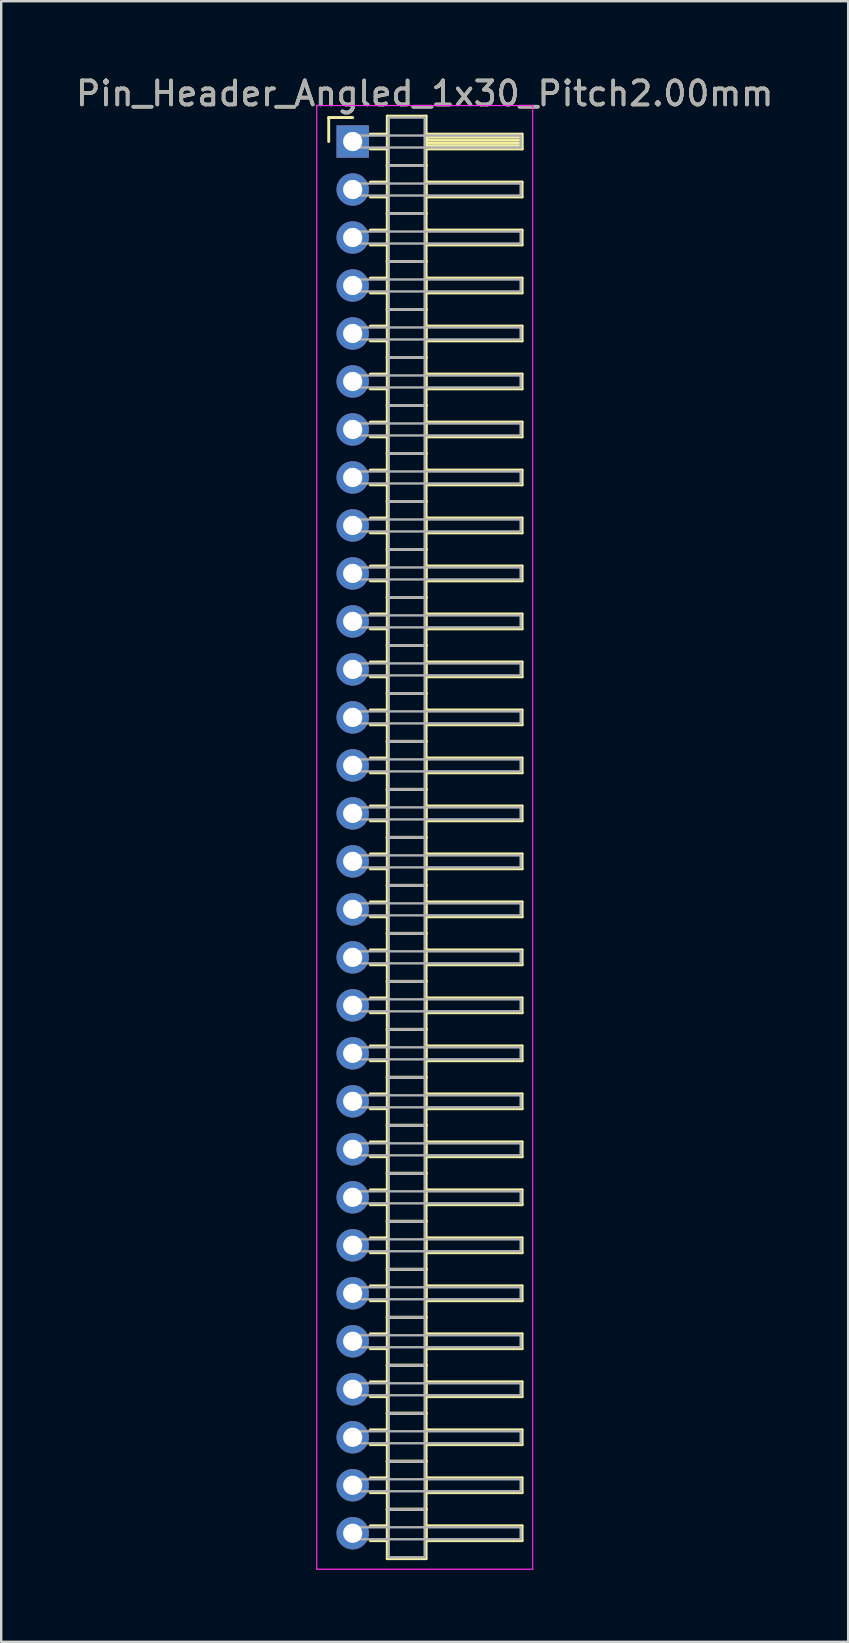
<source format=kicad_pcb>
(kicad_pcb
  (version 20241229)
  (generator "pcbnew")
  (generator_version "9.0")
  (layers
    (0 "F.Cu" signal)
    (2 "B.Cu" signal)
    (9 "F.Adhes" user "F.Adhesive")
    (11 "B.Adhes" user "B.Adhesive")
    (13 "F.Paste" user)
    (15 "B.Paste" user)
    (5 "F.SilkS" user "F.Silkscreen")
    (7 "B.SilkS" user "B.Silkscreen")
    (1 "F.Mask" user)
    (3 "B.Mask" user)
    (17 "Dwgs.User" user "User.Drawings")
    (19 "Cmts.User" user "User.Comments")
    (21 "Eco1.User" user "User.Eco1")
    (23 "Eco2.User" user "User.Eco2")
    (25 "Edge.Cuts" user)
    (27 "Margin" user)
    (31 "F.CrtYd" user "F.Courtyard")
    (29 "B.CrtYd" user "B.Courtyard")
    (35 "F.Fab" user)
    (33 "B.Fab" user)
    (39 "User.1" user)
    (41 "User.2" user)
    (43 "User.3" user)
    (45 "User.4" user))
  (footprint "Pin_Header_Angled_1x30_Pitch2.00mm"
    (layer "F.Cu")
    (at 11.649 2.848)
    (property "Reference" "Pin_Header_Angled_1x30_Pitch2.00mm" (at 3 -2 0) (layer "F.SilkS") (effects (font (size 1 1) (thickness 0.15))))
    (attr through_hole)
    (fp_line (start -1 -1) (end 0 -1) (stroke (width 0.12) (type solid)) (layer "F.SilkS"))
    (fp_line (start -1 0) (end -1 -1) (stroke (width 0.12) (type solid)) (layer "F.SilkS"))
    (fp_line (start 0.735 -0.31) (end 1.44 -0.31) (stroke (width 0.12) (type solid)) (layer "F.SilkS"))
    (fp_line (start 0.735 0.31) (end 1.44 0.31) (stroke (width 0.12) (type solid)) (layer "F.SilkS"))
    (fp_line (start 0.735 1.69) (end 1.44 1.69) (stroke (width 0.12) (type solid)) (layer "F.SilkS"))
    (fp_line (start 0.735 2.31) (end 1.44 2.31) (stroke (width 0.12) (type solid)) (layer "F.SilkS"))
    (fp_line (start 0.735 3.69) (end 1.44 3.69) (stroke (width 0.12) (type solid)) (layer "F.SilkS"))
    (fp_line (start 0.735 4.31) (end 1.44 4.31) (stroke (width 0.12) (type solid)) (layer "F.SilkS"))
    (fp_line (start 0.735 5.69) (end 1.44 5.69) (stroke (width 0.12) (type solid)) (layer "F.SilkS"))
    (fp_line (start 0.735 6.31) (end 1.44 6.31) (stroke (width 0.12) (type solid)) (layer "F.SilkS"))
    (fp_line (start 0.735 7.69) (end 1.44 7.69) (stroke (width 0.12) (type solid)) (layer "F.SilkS"))
    (fp_line (start 0.735 8.31) (end 1.44 8.31) (stroke (width 0.12) (type solid)) (layer "F.SilkS"))
    (fp_line (start 0.735 9.69) (end 1.44 9.69) (stroke (width 0.12) (type solid)) (layer "F.SilkS"))
    (fp_line (start 0.735 10.31) (end 1.44 10.31) (stroke (width 0.12) (type solid)) (layer "F.SilkS"))
    (fp_line (start 0.735 11.69) (end 1.44 11.69) (stroke (width 0.12) (type solid)) (layer "F.SilkS"))
    (fp_line (start 0.735 12.31) (end 1.44 12.31) (stroke (width 0.12) (type solid)) (layer "F.SilkS"))
    (fp_line (start 0.735 13.69) (end 1.44 13.69) (stroke (width 0.12) (type solid)) (layer "F.SilkS"))
    (fp_line (start 0.735 14.31) (end 1.44 14.31) (stroke (width 0.12) (type solid)) (layer "F.SilkS"))
    (fp_line (start 0.735 15.69) (end 1.44 15.69) (stroke (width 0.12) (type solid)) (layer "F.SilkS"))
    (fp_line (start 0.735 16.31) (end 1.44 16.31) (stroke (width 0.12) (type solid)) (layer "F.SilkS"))
    (fp_line (start 0.735 17.69) (end 1.44 17.69) (stroke (width 0.12) (type solid)) (layer "F.SilkS"))
    (fp_line (start 0.735 18.31) (end 1.44 18.31) (stroke (width 0.12) (type solid)) (layer "F.SilkS"))
    (fp_line (start 0.735 19.69) (end 1.44 19.69) (stroke (width 0.12) (type solid)) (layer "F.SilkS"))
    (fp_line (start 0.735 20.31) (end 1.44 20.31) (stroke (width 0.12) (type solid)) (layer "F.SilkS"))
    (fp_line (start 0.735 21.69) (end 1.44 21.69) (stroke (width 0.12) (type solid)) (layer "F.SilkS"))
    (fp_line (start 0.735 22.31) (end 1.44 22.31) (stroke (width 0.12) (type solid)) (layer "F.SilkS"))
    (fp_line (start 0.735 23.69) (end 1.44 23.69) (stroke (width 0.12) (type solid)) (layer "F.SilkS"))
    (fp_line (start 0.735 24.31) (end 1.44 24.31) (stroke (width 0.12) (type solid)) (layer "F.SilkS"))
    (fp_line (start 0.735 25.69) (end 1.44 25.69) (stroke (width 0.12) (type solid)) (layer "F.SilkS"))
    (fp_line (start 0.735 26.31) (end 1.44 26.31) (stroke (width 0.12) (type solid)) (layer "F.SilkS"))
    (fp_line (start 0.735 27.69) (end 1.44 27.69) (stroke (width 0.12) (type solid)) (layer "F.SilkS"))
    (fp_line (start 0.735 28.31) (end 1.44 28.31) (stroke (width 0.12) (type solid)) (layer "F.SilkS"))
    (fp_line (start 0.735 29.69) (end 1.44 29.69) (stroke (width 0.12) (type solid)) (layer "F.SilkS"))
    (fp_line (start 0.735 30.31) (end 1.44 30.31) (stroke (width 0.12) (type solid)) (layer "F.SilkS"))
    (fp_line (start 0.735 31.69) (end 1.44 31.69) (stroke (width 0.12) (type solid)) (layer "F.SilkS"))
    (fp_line (start 0.735 32.31) (end 1.44 32.31) (stroke (width 0.12) (type solid)) (layer "F.SilkS"))
    (fp_line (start 0.735 33.69) (end 1.44 33.69) (stroke (width 0.12) (type solid)) (layer "F.SilkS"))
    (fp_line (start 0.735 34.31) (end 1.44 34.31) (stroke (width 0.12) (type solid)) (layer "F.SilkS"))
    (fp_line (start 0.735 35.69) (end 1.44 35.69) (stroke (width 0.12) (type solid)) (layer "F.SilkS"))
    (fp_line (start 0.735 36.31) (end 1.44 36.31) (stroke (width 0.12) (type solid)) (layer "F.SilkS"))
    (fp_line (start 0.735 37.69) (end 1.44 37.69) (stroke (width 0.12) (type solid)) (layer "F.SilkS"))
    (fp_line (start 0.735 38.31) (end 1.44 38.31) (stroke (width 0.12) (type solid)) (layer "F.SilkS"))
    (fp_line (start 0.735 39.69) (end 1.44 39.69) (stroke (width 0.12) (type solid)) (layer "F.SilkS"))
    (fp_line (start 0.735 40.31) (end 1.44 40.31) (stroke (width 0.12) (type solid)) (layer "F.SilkS"))
    (fp_line (start 0.735 41.69) (end 1.44 41.69) (stroke (width 0.12) (type solid)) (layer "F.SilkS"))
    (fp_line (start 0.735 42.31) (end 1.44 42.31) (stroke (width 0.12) (type solid)) (layer "F.SilkS"))
    (fp_line (start 0.735 43.69) (end 1.44 43.69) (stroke (width 0.12) (type solid)) (layer "F.SilkS"))
    (fp_line (start 0.735 44.31) (end 1.44 44.31) (stroke (width 0.12) (type solid)) (layer "F.SilkS"))
    (fp_line (start 0.735 45.69) (end 1.44 45.69) (stroke (width 0.12) (type solid)) (layer "F.SilkS"))
    (fp_line (start 0.735 46.31) (end 1.44 46.31) (stroke (width 0.12) (type solid)) (layer "F.SilkS"))
    (fp_line (start 0.735 47.69) (end 1.44 47.69) (stroke (width 0.12) (type solid)) (layer "F.SilkS"))
    (fp_line (start 0.735 48.31) (end 1.44 48.31) (stroke (width 0.12) (type solid)) (layer "F.SilkS"))
    (fp_line (start 0.735 49.69) (end 1.44 49.69) (stroke (width 0.12) (type solid)) (layer "F.SilkS"))
    (fp_line (start 0.735 50.31) (end 1.44 50.31) (stroke (width 0.12) (type solid)) (layer "F.SilkS"))
    (fp_line (start 0.735 51.69) (end 1.44 51.69) (stroke (width 0.12) (type solid)) (layer "F.SilkS"))
    (fp_line (start 0.735 52.31) (end 1.44 52.31) (stroke (width 0.12) (type solid)) (layer "F.SilkS"))
    (fp_line (start 0.735 53.69) (end 1.44 53.69) (stroke (width 0.12) (type solid)) (layer "F.SilkS"))
    (fp_line (start 0.735 54.31) (end 1.44 54.31) (stroke (width 0.12) (type solid)) (layer "F.SilkS"))
    (fp_line (start 0.735 55.69) (end 1.44 55.69) (stroke (width 0.12) (type solid)) (layer "F.SilkS"))
    (fp_line (start 0.735 56.31) (end 1.44 56.31) (stroke (width 0.12) (type solid)) (layer "F.SilkS"))
    (fp_line (start 0.735 57.69) (end 1.44 57.69) (stroke (width 0.12) (type solid)) (layer "F.SilkS"))
    (fp_line (start 0.735 58.31) (end 1.44 58.31) (stroke (width 0.12) (type solid)) (layer "F.SilkS"))
    (fp_line (start 1.44 -1.06) (end 1.44 1) (stroke (width 0.12) (type solid)) (layer "F.SilkS"))
    (fp_line (start 1.44 1) (end 1.44 3) (stroke (width 0.12) (type solid)) (layer "F.SilkS"))
    (fp_line (start 1.44 1) (end 3.06 1) (stroke (width 0.12) (type solid)) (layer "F.SilkS"))
    (fp_line (start 1.44 3) (end 1.44 5) (stroke (width 0.12) (type solid)) (layer "F.SilkS"))
    (fp_line (start 1.44 3) (end 3.06 3) (stroke (width 0.12) (type solid)) (layer "F.SilkS"))
    (fp_line (start 1.44 5) (end 1.44 7) (stroke (width 0.12) (type solid)) (layer "F.SilkS"))
    (fp_line (start 1.44 5) (end 3.06 5) (stroke (width 0.12) (type solid)) (layer "F.SilkS"))
    (fp_line (start 1.44 7) (end 1.44 9) (stroke (width 0.12) (type solid)) (layer "F.SilkS"))
    (fp_line (start 1.44 7) (end 3.06 7) (stroke (width 0.12) (type solid)) (layer "F.SilkS"))
    (fp_line (start 1.44 9) (end 1.44 11) (stroke (width 0.12) (type solid)) (layer "F.SilkS"))
    (fp_line (start 1.44 9) (end 3.06 9) (stroke (width 0.12) (type solid)) (layer "F.SilkS"))
    (fp_line (start 1.44 11) (end 1.44 13) (stroke (width 0.12) (type solid)) (layer "F.SilkS"))
    (fp_line (start 1.44 11) (end 3.06 11) (stroke (width 0.12) (type solid)) (layer "F.SilkS"))
    (fp_line (start 1.44 13) (end 1.44 15) (stroke (width 0.12) (type solid)) (layer "F.SilkS"))
    (fp_line (start 1.44 13) (end 3.06 13) (stroke (width 0.12) (type solid)) (layer "F.SilkS"))
    (fp_line (start 1.44 15) (end 1.44 17) (stroke (width 0.12) (type solid)) (layer "F.SilkS"))
    (fp_line (start 1.44 15) (end 3.06 15) (stroke (width 0.12) (type solid)) (layer "F.SilkS"))
    (fp_line (start 1.44 17) (end 1.44 19) (stroke (width 0.12) (type solid)) (layer "F.SilkS"))
    (fp_line (start 1.44 17) (end 3.06 17) (stroke (width 0.12) (type solid)) (layer "F.SilkS"))
    (fp_line (start 1.44 19) (end 1.44 21) (stroke (width 0.12) (type solid)) (layer "F.SilkS"))
    (fp_line (start 1.44 19) (end 3.06 19) (stroke (width 0.12) (type solid)) (layer "F.SilkS"))
    (fp_line (start 1.44 21) (end 1.44 23) (stroke (width 0.12) (type solid)) (layer "F.SilkS"))
    (fp_line (start 1.44 21) (end 3.06 21) (stroke (width 0.12) (type solid)) (layer "F.SilkS"))
    (fp_line (start 1.44 23) (end 1.44 25) (stroke (width 0.12) (type solid)) (layer "F.SilkS"))
    (fp_line (start 1.44 23) (end 3.06 23) (stroke (width 0.12) (type solid)) (layer "F.SilkS"))
    (fp_line (start 1.44 25) (end 1.44 27) (stroke (width 0.12) (type solid)) (layer "F.SilkS"))
    (fp_line (start 1.44 25) (end 3.06 25) (stroke (width 0.12) (type solid)) (layer "F.SilkS"))
    (fp_line (start 1.44 27) (end 1.44 29) (stroke (width 0.12) (type solid)) (layer "F.SilkS"))
    (fp_line (start 1.44 27) (end 3.06 27) (stroke (width 0.12) (type solid)) (layer "F.SilkS"))
    (fp_line (start 1.44 29) (end 1.44 31) (stroke (width 0.12) (type solid)) (layer "F.SilkS"))
    (fp_line (start 1.44 29) (end 3.06 29) (stroke (width 0.12) (type solid)) (layer "F.SilkS"))
    (fp_line (start 1.44 31) (end 1.44 33) (stroke (width 0.12) (type solid)) (layer "F.SilkS"))
    (fp_line (start 1.44 31) (end 3.06 31) (stroke (width 0.12) (type solid)) (layer "F.SilkS"))
    (fp_line (start 1.44 33) (end 1.44 35) (stroke (width 0.12) (type solid)) (layer "F.SilkS"))
    (fp_line (start 1.44 33) (end 3.06 33) (stroke (width 0.12) (type solid)) (layer "F.SilkS"))
    (fp_line (start 1.44 35) (end 1.44 37) (stroke (width 0.12) (type solid)) (layer "F.SilkS"))
    (fp_line (start 1.44 35) (end 3.06 35) (stroke (width 0.12) (type solid)) (layer "F.SilkS"))
    (fp_line (start 1.44 37) (end 1.44 39) (stroke (width 0.12) (type solid)) (layer "F.SilkS"))
    (fp_line (start 1.44 37) (end 3.06 37) (stroke (width 0.12) (type solid)) (layer "F.SilkS"))
    (fp_line (start 1.44 39) (end 1.44 41) (stroke (width 0.12) (type solid)) (layer "F.SilkS"))
    (fp_line (start 1.44 39) (end 3.06 39) (stroke (width 0.12) (type solid)) (layer "F.SilkS"))
    (fp_line (start 1.44 41) (end 1.44 43) (stroke (width 0.12) (type solid)) (layer "F.SilkS"))
    (fp_line (start 1.44 41) (end 3.06 41) (stroke (width 0.12) (type solid)) (layer "F.SilkS"))
    (fp_line (start 1.44 43) (end 1.44 45) (stroke (width 0.12) (type solid)) (layer "F.SilkS"))
    (fp_line (start 1.44 43) (end 3.06 43) (stroke (width 0.12) (type solid)) (layer "F.SilkS"))
    (fp_line (start 1.44 45) (end 1.44 47) (stroke (width 0.12) (type solid)) (layer "F.SilkS"))
    (fp_line (start 1.44 45) (end 3.06 45) (stroke (width 0.12) (type solid)) (layer "F.SilkS"))
    (fp_line (start 1.44 47) (end 1.44 49) (stroke (width 0.12) (type solid)) (layer "F.SilkS"))
    (fp_line (start 1.44 47) (end 3.06 47) (stroke (width 0.12) (type solid)) (layer "F.SilkS"))
    (fp_line (start 1.44 49) (end 1.44 51) (stroke (width 0.12) (type solid)) (layer "F.SilkS"))
    (fp_line (start 1.44 49) (end 3.06 49) (stroke (width 0.12) (type solid)) (layer "F.SilkS"))
    (fp_line (start 1.44 51) (end 1.44 53) (stroke (width 0.12) (type solid)) (layer "F.SilkS"))
    (fp_line (start 1.44 51) (end 3.06 51) (stroke (width 0.12) (type solid)) (layer "F.SilkS"))
    (fp_line (start 1.44 53) (end 1.44 55) (stroke (width 0.12) (type solid)) (layer "F.SilkS"))
    (fp_line (start 1.44 53) (end 3.06 53) (stroke (width 0.12) (type solid)) (layer "F.SilkS"))
    (fp_line (start 1.44 55) (end 1.44 57) (stroke (width 0.12) (type solid)) (layer "F.SilkS"))
    (fp_line (start 1.44 55) (end 3.06 55) (stroke (width 0.12) (type solid)) (layer "F.SilkS"))
    (fp_line (start 1.44 57) (end 1.44 59.06) (stroke (width 0.12) (type solid)) (layer "F.SilkS"))
    (fp_line (start 1.44 57) (end 3.06 57) (stroke (width 0.12) (type solid)) (layer "F.SilkS"))
    (fp_line (start 1.44 59.06) (end 3.06 59.06) (stroke (width 0.12) (type solid)) (layer "F.SilkS"))
    (fp_line (start 3.06 -1.06) (end 1.44 -1.06) (stroke (width 0.12) (type solid)) (layer "F.SilkS"))
    (fp_line (start 3.06 -0.31) (end 3.06 0.31) (stroke (width 0.12) (type solid)) (layer "F.SilkS"))
    (fp_line (start 3.06 -0.19) (end 7.06 -0.19) (stroke (width 0.12) (type solid)) (layer "F.SilkS"))
    (fp_line (start 3.06 -0.07) (end 7.06 -0.07) (stroke (width 0.12) (type solid)) (layer "F.SilkS"))
    (fp_line (start 3.06 0.05) (end 7.06 0.05) (stroke (width 0.12) (type solid)) (layer "F.SilkS"))
    (fp_line (start 3.06 0.17) (end 7.06 0.17) (stroke (width 0.12) (type solid)) (layer "F.SilkS"))
    (fp_line (start 3.06 0.29) (end 7.06 0.29) (stroke (width 0.12) (type solid)) (layer "F.SilkS"))
    (fp_line (start 3.06 0.31) (end 7.06 0.31) (stroke (width 0.12) (type solid)) (layer "F.SilkS"))
    (fp_line (start 3.06 1) (end 1.44 1) (stroke (width 0.12) (type solid)) (layer "F.SilkS"))
    (fp_line (start 3.06 1) (end 3.06 -1.06) (stroke (width 0.12) (type solid)) (layer "F.SilkS"))
    (fp_line (start 3.06 1.69) (end 3.06 2.31) (stroke (width 0.12) (type solid)) (layer "F.SilkS"))
    (fp_line (start 3.06 2.31) (end 7.06 2.31) (stroke (width 0.12) (type solid)) (layer "F.SilkS"))
    (fp_line (start 3.06 3) (end 1.44 3) (stroke (width 0.12) (type solid)) (layer "F.SilkS"))
    (fp_line (start 3.06 3) (end 3.06 1) (stroke (width 0.12) (type solid)) (layer "F.SilkS"))
    (fp_line (start 3.06 3.69) (end 3.06 4.31) (stroke (width 0.12) (type solid)) (layer "F.SilkS"))
    (fp_line (start 3.06 4.31) (end 7.06 4.31) (stroke (width 0.12) (type solid)) (layer "F.SilkS"))
    (fp_line (start 3.06 5) (end 1.44 5) (stroke (width 0.12) (type solid)) (layer "F.SilkS"))
    (fp_line (start 3.06 5) (end 3.06 3) (stroke (width 0.12) (type solid)) (layer "F.SilkS"))
    (fp_line (start 3.06 5.69) (end 3.06 6.31) (stroke (width 0.12) (type solid)) (layer "F.SilkS"))
    (fp_line (start 3.06 6.31) (end 7.06 6.31) (stroke (width 0.12) (type solid)) (layer "F.SilkS"))
    (fp_line (start 3.06 7) (end 1.44 7) (stroke (width 0.12) (type solid)) (layer "F.SilkS"))
    (fp_line (start 3.06 7) (end 3.06 5) (stroke (width 0.12) (type solid)) (layer "F.SilkS"))
    (fp_line (start 3.06 7.69) (end 3.06 8.31) (stroke (width 0.12) (type solid)) (layer "F.SilkS"))
    (fp_line (start 3.06 8.31) (end 7.06 8.31) (stroke (width 0.12) (type solid)) (layer "F.SilkS"))
    (fp_line (start 3.06 9) (end 1.44 9) (stroke (width 0.12) (type solid)) (layer "F.SilkS"))
    (fp_line (start 3.06 9) (end 3.06 7) (stroke (width 0.12) (type solid)) (layer "F.SilkS"))
    (fp_line (start 3.06 9.69) (end 3.06 10.31) (stroke (width 0.12) (type solid)) (layer "F.SilkS"))
    (fp_line (start 3.06 10.31) (end 7.06 10.31) (stroke (width 0.12) (type solid)) (layer "F.SilkS"))
    (fp_line (start 3.06 11) (end 1.44 11) (stroke (width 0.12) (type solid)) (layer "F.SilkS"))
    (fp_line (start 3.06 11) (end 3.06 9) (stroke (width 0.12) (type solid)) (layer "F.SilkS"))
    (fp_line (start 3.06 11.69) (end 3.06 12.31) (stroke (width 0.12) (type solid)) (layer "F.SilkS"))
    (fp_line (start 3.06 12.31) (end 7.06 12.31) (stroke (width 0.12) (type solid)) (layer "F.SilkS"))
    (fp_line (start 3.06 13) (end 1.44 13) (stroke (width 0.12) (type solid)) (layer "F.SilkS"))
    (fp_line (start 3.06 13) (end 3.06 11) (stroke (width 0.12) (type solid)) (layer "F.SilkS"))
    (fp_line (start 3.06 13.69) (end 3.06 14.31) (stroke (width 0.12) (type solid)) (layer "F.SilkS"))
    (fp_line (start 3.06 14.31) (end 7.06 14.31) (stroke (width 0.12) (type solid)) (layer "F.SilkS"))
    (fp_line (start 3.06 15) (end 1.44 15) (stroke (width 0.12) (type solid)) (layer "F.SilkS"))
    (fp_line (start 3.06 15) (end 3.06 13) (stroke (width 0.12) (type solid)) (layer "F.SilkS"))
    (fp_line (start 3.06 15.69) (end 3.06 16.31) (stroke (width 0.12) (type solid)) (layer "F.SilkS"))
    (fp_line (start 3.06 16.31) (end 7.06 16.31) (stroke (width 0.12) (type solid)) (layer "F.SilkS"))
    (fp_line (start 3.06 17) (end 1.44 17) (stroke (width 0.12) (type solid)) (layer "F.SilkS"))
    (fp_line (start 3.06 17) (end 3.06 15) (stroke (width 0.12) (type solid)) (layer "F.SilkS"))
    (fp_line (start 3.06 17.69) (end 3.06 18.31) (stroke (width 0.12) (type solid)) (layer "F.SilkS"))
    (fp_line (start 3.06 18.31) (end 7.06 18.31) (stroke (width 0.12) (type solid)) (layer "F.SilkS"))
    (fp_line (start 3.06 19) (end 1.44 19) (stroke (width 0.12) (type solid)) (layer "F.SilkS"))
    (fp_line (start 3.06 19) (end 3.06 17) (stroke (width 0.12) (type solid)) (layer "F.SilkS"))
    (fp_line (start 3.06 19.69) (end 3.06 20.31) (stroke (width 0.12) (type solid)) (layer "F.SilkS"))
    (fp_line (start 3.06 20.31) (end 7.06 20.31) (stroke (width 0.12) (type solid)) (layer "F.SilkS"))
    (fp_line (start 3.06 21) (end 1.44 21) (stroke (width 0.12) (type solid)) (layer "F.SilkS"))
    (fp_line (start 3.06 21) (end 3.06 19) (stroke (width 0.12) (type solid)) (layer "F.SilkS"))
    (fp_line (start 3.06 21.69) (end 3.06 22.31) (stroke (width 0.12) (type solid)) (layer "F.SilkS"))
    (fp_line (start 3.06 22.31) (end 7.06 22.31) (stroke (width 0.12) (type solid)) (layer "F.SilkS"))
    (fp_line (start 3.06 23) (end 1.44 23) (stroke (width 0.12) (type solid)) (layer "F.SilkS"))
    (fp_line (start 3.06 23) (end 3.06 21) (stroke (width 0.12) (type solid)) (layer "F.SilkS"))
    (fp_line (start 3.06 23.69) (end 3.06 24.31) (stroke (width 0.12) (type solid)) (layer "F.SilkS"))
    (fp_line (start 3.06 24.31) (end 7.06 24.31) (stroke (width 0.12) (type solid)) (layer "F.SilkS"))
    (fp_line (start 3.06 25) (end 1.44 25) (stroke (width 0.12) (type solid)) (layer "F.SilkS"))
    (fp_line (start 3.06 25) (end 3.06 23) (stroke (width 0.12) (type solid)) (layer "F.SilkS"))
    (fp_line (start 3.06 25.69) (end 3.06 26.31) (stroke (width 0.12) (type solid)) (layer "F.SilkS"))
    (fp_line (start 3.06 26.31) (end 7.06 26.31) (stroke (width 0.12) (type solid)) (layer "F.SilkS"))
    (fp_line (start 3.06 27) (end 1.44 27) (stroke (width 0.12) (type solid)) (layer "F.SilkS"))
    (fp_line (start 3.06 27) (end 3.06 25) (stroke (width 0.12) (type solid)) (layer "F.SilkS"))
    (fp_line (start 3.06 27.69) (end 3.06 28.31) (stroke (width 0.12) (type solid)) (layer "F.SilkS"))
    (fp_line (start 3.06 28.31) (end 7.06 28.31) (stroke (width 0.12) (type solid)) (layer "F.SilkS"))
    (fp_line (start 3.06 29) (end 1.44 29) (stroke (width 0.12) (type solid)) (layer "F.SilkS"))
    (fp_line (start 3.06 29) (end 3.06 27) (stroke (width 0.12) (type solid)) (layer "F.SilkS"))
    (fp_line (start 3.06 29.69) (end 3.06 30.31) (stroke (width 0.12) (type solid)) (layer "F.SilkS"))
    (fp_line (start 3.06 30.31) (end 7.06 30.31) (stroke (width 0.12) (type solid)) (layer "F.SilkS"))
    (fp_line (start 3.06 31) (end 1.44 31) (stroke (width 0.12) (type solid)) (layer "F.SilkS"))
    (fp_line (start 3.06 31) (end 3.06 29) (stroke (width 0.12) (type solid)) (layer "F.SilkS"))
    (fp_line (start 3.06 31.69) (end 3.06 32.31) (stroke (width 0.12) (type solid)) (layer "F.SilkS"))
    (fp_line (start 3.06 32.31) (end 7.06 32.31) (stroke (width 0.12) (type solid)) (layer "F.SilkS"))
    (fp_line (start 3.06 33) (end 1.44 33) (stroke (width 0.12) (type solid)) (layer "F.SilkS"))
    (fp_line (start 3.06 33) (end 3.06 31) (stroke (width 0.12) (type solid)) (layer "F.SilkS"))
    (fp_line (start 3.06 33.69) (end 3.06 34.31) (stroke (width 0.12) (type solid)) (layer "F.SilkS"))
    (fp_line (start 3.06 34.31) (end 7.06 34.31) (stroke (width 0.12) (type solid)) (layer "F.SilkS"))
    (fp_line (start 3.06 35) (end 1.44 35) (stroke (width 0.12) (type solid)) (layer "F.SilkS"))
    (fp_line (start 3.06 35) (end 3.06 33) (stroke (width 0.12) (type solid)) (layer "F.SilkS"))
    (fp_line (start 3.06 35.69) (end 3.06 36.31) (stroke (width 0.12) (type solid)) (layer "F.SilkS"))
    (fp_line (start 3.06 36.31) (end 7.06 36.31) (stroke (width 0.12) (type solid)) (layer "F.SilkS"))
    (fp_line (start 3.06 37) (end 1.44 37) (stroke (width 0.12) (type solid)) (layer "F.SilkS"))
    (fp_line (start 3.06 37) (end 3.06 35) (stroke (width 0.12) (type solid)) (layer "F.SilkS"))
    (fp_line (start 3.06 37.69) (end 3.06 38.31) (stroke (width 0.12) (type solid)) (layer "F.SilkS"))
    (fp_line (start 3.06 38.31) (end 7.06 38.31) (stroke (width 0.12) (type solid)) (layer "F.SilkS"))
    (fp_line (start 3.06 39) (end 1.44 39) (stroke (width 0.12) (type solid)) (layer "F.SilkS"))
    (fp_line (start 3.06 39) (end 3.06 37) (stroke (width 0.12) (type solid)) (layer "F.SilkS"))
    (fp_line (start 3.06 39.69) (end 3.06 40.31) (stroke (width 0.12) (type solid)) (layer "F.SilkS"))
    (fp_line (start 3.06 40.31) (end 7.06 40.31) (stroke (width 0.12) (type solid)) (layer "F.SilkS"))
    (fp_line (start 3.06 41) (end 1.44 41) (stroke (width 0.12) (type solid)) (layer "F.SilkS"))
    (fp_line (start 3.06 41) (end 3.06 39) (stroke (width 0.12) (type solid)) (layer "F.SilkS"))
    (fp_line (start 3.06 41.69) (end 3.06 42.31) (stroke (width 0.12) (type solid)) (layer "F.SilkS"))
    (fp_line (start 3.06 42.31) (end 7.06 42.31) (stroke (width 0.12) (type solid)) (layer "F.SilkS"))
    (fp_line (start 3.06 43) (end 1.44 43) (stroke (width 0.12) (type solid)) (layer "F.SilkS"))
    (fp_line (start 3.06 43) (end 3.06 41) (stroke (width 0.12) (type solid)) (layer "F.SilkS"))
    (fp_line (start 3.06 43.69) (end 3.06 44.31) (stroke (width 0.12) (type solid)) (layer "F.SilkS"))
    (fp_line (start 3.06 44.31) (end 7.06 44.31) (stroke (width 0.12) (type solid)) (layer "F.SilkS"))
    (fp_line (start 3.06 45) (end 1.44 45) (stroke (width 0.12) (type solid)) (layer "F.SilkS"))
    (fp_line (start 3.06 45) (end 3.06 43) (stroke (width 0.12) (type solid)) (layer "F.SilkS"))
    (fp_line (start 3.06 45.69) (end 3.06 46.31) (stroke (width 0.12) (type solid)) (layer "F.SilkS"))
    (fp_line (start 3.06 46.31) (end 7.06 46.31) (stroke (width 0.12) (type solid)) (layer "F.SilkS"))
    (fp_line (start 3.06 47) (end 1.44 47) (stroke (width 0.12) (type solid)) (layer "F.SilkS"))
    (fp_line (start 3.06 47) (end 3.06 45) (stroke (width 0.12) (type solid)) (layer "F.SilkS"))
    (fp_line (start 3.06 47.69) (end 3.06 48.31) (stroke (width 0.12) (type solid)) (layer "F.SilkS"))
    (fp_line (start 3.06 48.31) (end 7.06 48.31) (stroke (width 0.12) (type solid)) (layer "F.SilkS"))
    (fp_line (start 3.06 49) (end 1.44 49) (stroke (width 0.12) (type solid)) (layer "F.SilkS"))
    (fp_line (start 3.06 49) (end 3.06 47) (stroke (width 0.12) (type solid)) (layer "F.SilkS"))
    (fp_line (start 3.06 49.69) (end 3.06 50.31) (stroke (width 0.12) (type solid)) (layer "F.SilkS"))
    (fp_line (start 3.06 50.31) (end 7.06 50.31) (stroke (width 0.12) (type solid)) (layer "F.SilkS"))
    (fp_line (start 3.06 51) (end 1.44 51) (stroke (width 0.12) (type solid)) (layer "F.SilkS"))
    (fp_line (start 3.06 51) (end 3.06 49) (stroke (width 0.12) (type solid)) (layer "F.SilkS"))
    (fp_line (start 3.06 51.69) (end 3.06 52.31) (stroke (width 0.12) (type solid)) (layer "F.SilkS"))
    (fp_line (start 3.06 52.31) (end 7.06 52.31) (stroke (width 0.12) (type solid)) (layer "F.SilkS"))
    (fp_line (start 3.06 53) (end 1.44 53) (stroke (width 0.12) (type solid)) (layer "F.SilkS"))
    (fp_line (start 3.06 53) (end 3.06 51) (stroke (width 0.12) (type solid)) (layer "F.SilkS"))
    (fp_line (start 3.06 53.69) (end 3.06 54.31) (stroke (width 0.12) (type solid)) (layer "F.SilkS"))
    (fp_line (start 3.06 54.31) (end 7.06 54.31) (stroke (width 0.12) (type solid)) (layer "F.SilkS"))
    (fp_line (start 3.06 55) (end 1.44 55) (stroke (width 0.12) (type solid)) (layer "F.SilkS"))
    (fp_line (start 3.06 55) (end 3.06 53) (stroke (width 0.12) (type solid)) (layer "F.SilkS"))
    (fp_line (start 3.06 55.69) (end 3.06 56.31) (stroke (width 0.12) (type solid)) (layer "F.SilkS"))
    (fp_line (start 3.06 56.31) (end 7.06 56.31) (stroke (width 0.12) (type solid)) (layer "F.SilkS"))
    (fp_line (start 3.06 57) (end 1.44 57) (stroke (width 0.12) (type solid)) (layer "F.SilkS"))
    (fp_line (start 3.06 57) (end 3.06 55) (stroke (width 0.12) (type solid)) (layer "F.SilkS"))
    (fp_line (start 3.06 57.69) (end 3.06 58.31) (stroke (width 0.12) (type solid)) (layer "F.SilkS"))
    (fp_line (start 3.06 58.31) (end 7.06 58.31) (stroke (width 0.12) (type solid)) (layer "F.SilkS"))
    (fp_line (start 3.06 59.06) (end 3.06 57) (stroke (width 0.12) (type solid)) (layer "F.SilkS"))
    (fp_line (start 7.06 -0.31) (end 3.06 -0.31) (stroke (width 0.12) (type solid)) (layer "F.SilkS"))
    (fp_line (start 7.06 0.31) (end 7.06 -0.31) (stroke (width 0.12) (type solid)) (layer "F.SilkS"))
    (fp_line (start 7.06 1.69) (end 3.06 1.69) (stroke (width 0.12) (type solid)) (layer "F.SilkS"))
    (fp_line (start 7.06 2.31) (end 7.06 1.69) (stroke (width 0.12) (type solid)) (layer "F.SilkS"))
    (fp_line (start 7.06 3.69) (end 3.06 3.69) (stroke (width 0.12) (type solid)) (layer "F.SilkS"))
    (fp_line (start 7.06 4.31) (end 7.06 3.69) (stroke (width 0.12) (type solid)) (layer "F.SilkS"))
    (fp_line (start 7.06 5.69) (end 3.06 5.69) (stroke (width 0.12) (type solid)) (layer "F.SilkS"))
    (fp_line (start 7.06 6.31) (end 7.06 5.69) (stroke (width 0.12) (type solid)) (layer "F.SilkS"))
    (fp_line (start 7.06 7.69) (end 3.06 7.69) (stroke (width 0.12) (type solid)) (layer "F.SilkS"))
    (fp_line (start 7.06 8.31) (end 7.06 7.69) (stroke (width 0.12) (type solid)) (layer "F.SilkS"))
    (fp_line (start 7.06 9.69) (end 3.06 9.69) (stroke (width 0.12) (type solid)) (layer "F.SilkS"))
    (fp_line (start 7.06 10.31) (end 7.06 9.69) (stroke (width 0.12) (type solid)) (layer "F.SilkS"))
    (fp_line (start 7.06 11.69) (end 3.06 11.69) (stroke (width 0.12) (type solid)) (layer "F.SilkS"))
    (fp_line (start 7.06 12.31) (end 7.06 11.69) (stroke (width 0.12) (type solid)) (layer "F.SilkS"))
    (fp_line (start 7.06 13.69) (end 3.06 13.69) (stroke (width 0.12) (type solid)) (layer "F.SilkS"))
    (fp_line (start 7.06 14.31) (end 7.06 13.69) (stroke (width 0.12) (type solid)) (layer "F.SilkS"))
    (fp_line (start 7.06 15.69) (end 3.06 15.69) (stroke (width 0.12) (type solid)) (layer "F.SilkS"))
    (fp_line (start 7.06 16.31) (end 7.06 15.69) (stroke (width 0.12) (type solid)) (layer "F.SilkS"))
    (fp_line (start 7.06 17.69) (end 3.06 17.69) (stroke (width 0.12) (type solid)) (layer "F.SilkS"))
    (fp_line (start 7.06 18.31) (end 7.06 17.69) (stroke (width 0.12) (type solid)) (layer "F.SilkS"))
    (fp_line (start 7.06 19.69) (end 3.06 19.69) (stroke (width 0.12) (type solid)) (layer "F.SilkS"))
    (fp_line (start 7.06 20.31) (end 7.06 19.69) (stroke (width 0.12) (type solid)) (layer "F.SilkS"))
    (fp_line (start 7.06 21.69) (end 3.06 21.69) (stroke (width 0.12) (type solid)) (layer "F.SilkS"))
    (fp_line (start 7.06 22.31) (end 7.06 21.69) (stroke (width 0.12) (type solid)) (layer "F.SilkS"))
    (fp_line (start 7.06 23.69) (end 3.06 23.69) (stroke (width 0.12) (type solid)) (layer "F.SilkS"))
    (fp_line (start 7.06 24.31) (end 7.06 23.69) (stroke (width 0.12) (type solid)) (layer "F.SilkS"))
    (fp_line (start 7.06 25.69) (end 3.06 25.69) (stroke (width 0.12) (type solid)) (layer "F.SilkS"))
    (fp_line (start 7.06 26.31) (end 7.06 25.69) (stroke (width 0.12) (type solid)) (layer "F.SilkS"))
    (fp_line (start 7.06 27.69) (end 3.06 27.69) (stroke (width 0.12) (type solid)) (layer "F.SilkS"))
    (fp_line (start 7.06 28.31) (end 7.06 27.69) (stroke (width 0.12) (type solid)) (layer "F.SilkS"))
    (fp_line (start 7.06 29.69) (end 3.06 29.69) (stroke (width 0.12) (type solid)) (layer "F.SilkS"))
    (fp_line (start 7.06 30.31) (end 7.06 29.69) (stroke (width 0.12) (type solid)) (layer "F.SilkS"))
    (fp_line (start 7.06 31.69) (end 3.06 31.69) (stroke (width 0.12) (type solid)) (layer "F.SilkS"))
    (fp_line (start 7.06 32.31) (end 7.06 31.69) (stroke (width 0.12) (type solid)) (layer "F.SilkS"))
    (fp_line (start 7.06 33.69) (end 3.06 33.69) (stroke (width 0.12) (type solid)) (layer "F.SilkS"))
    (fp_line (start 7.06 34.31) (end 7.06 33.69) (stroke (width 0.12) (type solid)) (layer "F.SilkS"))
    (fp_line (start 7.06 35.69) (end 3.06 35.69) (stroke (width 0.12) (type solid)) (layer "F.SilkS"))
    (fp_line (start 7.06 36.31) (end 7.06 35.69) (stroke (width 0.12) (type solid)) (layer "F.SilkS"))
    (fp_line (start 7.06 37.69) (end 3.06 37.69) (stroke (width 0.12) (type solid)) (layer "F.SilkS"))
    (fp_line (start 7.06 38.31) (end 7.06 37.69) (stroke (width 0.12) (type solid)) (layer "F.SilkS"))
    (fp_line (start 7.06 39.69) (end 3.06 39.69) (stroke (width 0.12) (type solid)) (layer "F.SilkS"))
    (fp_line (start 7.06 40.31) (end 7.06 39.69) (stroke (width 0.12) (type solid)) (layer "F.SilkS"))
    (fp_line (start 7.06 41.69) (end 3.06 41.69) (stroke (width 0.12) (type solid)) (layer "F.SilkS"))
    (fp_line (start 7.06 42.31) (end 7.06 41.69) (stroke (width 0.12) (type solid)) (layer "F.SilkS"))
    (fp_line (start 7.06 43.69) (end 3.06 43.69) (stroke (width 0.12) (type solid)) (layer "F.SilkS"))
    (fp_line (start 7.06 44.31) (end 7.06 43.69) (stroke (width 0.12) (type solid)) (layer "F.SilkS"))
    (fp_line (start 7.06 45.69) (end 3.06 45.69) (stroke (width 0.12) (type solid)) (layer "F.SilkS"))
    (fp_line (start 7.06 46.31) (end 7.06 45.69) (stroke (width 0.12) (type solid)) (layer "F.SilkS"))
    (fp_line (start 7.06 47.69) (end 3.06 47.69) (stroke (width 0.12) (type solid)) (layer "F.SilkS"))
    (fp_line (start 7.06 48.31) (end 7.06 47.69) (stroke (width 0.12) (type solid)) (layer "F.SilkS"))
    (fp_line (start 7.06 49.69) (end 3.06 49.69) (stroke (width 0.12) (type solid)) (layer "F.SilkS"))
    (fp_line (start 7.06 50.31) (end 7.06 49.69) (stroke (width 0.12) (type solid)) (layer "F.SilkS"))
    (fp_line (start 7.06 51.69) (end 3.06 51.69) (stroke (width 0.12) (type solid)) (layer "F.SilkS"))
    (fp_line (start 7.06 52.31) (end 7.06 51.69) (stroke (width 0.12) (type solid)) (layer "F.SilkS"))
    (fp_line (start 7.06 53.69) (end 3.06 53.69) (stroke (width 0.12) (type solid)) (layer "F.SilkS"))
    (fp_line (start 7.06 54.31) (end 7.06 53.69) (stroke (width 0.12) (type solid)) (layer "F.SilkS"))
    (fp_line (start 7.06 55.69) (end 3.06 55.69) (stroke (width 0.12) (type solid)) (layer "F.SilkS"))
    (fp_line (start 7.06 56.31) (end 7.06 55.69) (stroke (width 0.12) (type solid)) (layer "F.SilkS"))
    (fp_line (start 7.06 57.69) (end 3.06 57.69) (stroke (width 0.12) (type solid)) (layer "F.SilkS"))
    (fp_line (start 7.06 58.31) (end 7.06 57.69) (stroke (width 0.12) (type solid)) (layer "F.SilkS"))
    (fp_line (start -1.5 -1.5) (end -1.5 59.5) (stroke (width 0.05) (type solid)) (layer "F.CrtYd"))
    (fp_line (start -1.5 59.5) (end 7.5 59.5) (stroke (width 0.05) (type solid)) (layer "F.CrtYd"))
    (fp_line (start 7.5 -1.5) (end -1.5 -1.5) (stroke (width 0.05) (type solid)) (layer "F.CrtYd"))
    (fp_line (start 7.5 59.5) (end 7.5 -1.5) (stroke (width 0.05) (type solid)) (layer "F.CrtYd"))
    (fp_line (start 0 -0.25) (end 0 0.25) (stroke (width 0.1) (type solid)) (layer "F.Fab"))
    (fp_line (start 0 0.25) (end 7 0.25) (stroke (width 0.1) (type solid)) (layer "F.Fab"))
    (fp_line (start 0 1.75) (end 0 2.25) (stroke (width 0.1) (type solid)) (layer "F.Fab"))
    (fp_line (start 0 2.25) (end 7 2.25) (stroke (width 0.1) (type solid)) (layer "F.Fab"))
    (fp_line (start 0 3.75) (end 0 4.25) (stroke (width 0.1) (type solid)) (layer "F.Fab"))
    (fp_line (start 0 4.25) (end 7 4.25) (stroke (width 0.1) (type solid)) (layer "F.Fab"))
    (fp_line (start 0 5.75) (end 0 6.25) (stroke (width 0.1) (type solid)) (layer "F.Fab"))
    (fp_line (start 0 6.25) (end 7 6.25) (stroke (width 0.1) (type solid)) (layer "F.Fab"))
    (fp_line (start 0 7.75) (end 0 8.25) (stroke (width 0.1) (type solid)) (layer "F.Fab"))
    (fp_line (start 0 8.25) (end 7 8.25) (stroke (width 0.1) (type solid)) (layer "F.Fab"))
    (fp_line (start 0 9.75) (end 0 10.25) (stroke (width 0.1) (type solid)) (layer "F.Fab"))
    (fp_line (start 0 10.25) (end 7 10.25) (stroke (width 0.1) (type solid)) (layer "F.Fab"))
    (fp_line (start 0 11.75) (end 0 12.25) (stroke (width 0.1) (type solid)) (layer "F.Fab"))
    (fp_line (start 0 12.25) (end 7 12.25) (stroke (width 0.1) (type solid)) (layer "F.Fab"))
    (fp_line (start 0 13.75) (end 0 14.25) (stroke (width 0.1) (type solid)) (layer "F.Fab"))
    (fp_line (start 0 14.25) (end 7 14.25) (stroke (width 0.1) (type solid)) (layer "F.Fab"))
    (fp_line (start 0 15.75) (end 0 16.25) (stroke (width 0.1) (type solid)) (layer "F.Fab"))
    (fp_line (start 0 16.25) (end 7 16.25) (stroke (width 0.1) (type solid)) (layer "F.Fab"))
    (fp_line (start 0 17.75) (end 0 18.25) (stroke (width 0.1) (type solid)) (layer "F.Fab"))
    (fp_line (start 0 18.25) (end 7 18.25) (stroke (width 0.1) (type solid)) (layer "F.Fab"))
    (fp_line (start 0 19.75) (end 0 20.25) (stroke (width 0.1) (type solid)) (layer "F.Fab"))
    (fp_line (start 0 20.25) (end 7 20.25) (stroke (width 0.1) (type solid)) (layer "F.Fab"))
    (fp_line (start 0 21.75) (end 0 22.25) (stroke (width 0.1) (type solid)) (layer "F.Fab"))
    (fp_line (start 0 22.25) (end 7 22.25) (stroke (width 0.1) (type solid)) (layer "F.Fab"))
    (fp_line (start 0 23.75) (end 0 24.25) (stroke (width 0.1) (type solid)) (layer "F.Fab"))
    (fp_line (start 0 24.25) (end 7 24.25) (stroke (width 0.1) (type solid)) (layer "F.Fab"))
    (fp_line (start 0 25.75) (end 0 26.25) (stroke (width 0.1) (type solid)) (layer "F.Fab"))
    (fp_line (start 0 26.25) (end 7 26.25) (stroke (width 0.1) (type solid)) (layer "F.Fab"))
    (fp_line (start 0 27.75) (end 0 28.25) (stroke (width 0.1) (type solid)) (layer "F.Fab"))
    (fp_line (start 0 28.25) (end 7 28.25) (stroke (width 0.1) (type solid)) (layer "F.Fab"))
    (fp_line (start 0 29.75) (end 0 30.25) (stroke (width 0.1) (type solid)) (layer "F.Fab"))
    (fp_line (start 0 30.25) (end 7 30.25) (stroke (width 0.1) (type solid)) (layer "F.Fab"))
    (fp_line (start 0 31.75) (end 0 32.25) (stroke (width 0.1) (type solid)) (layer "F.Fab"))
    (fp_line (start 0 32.25) (end 7 32.25) (stroke (width 0.1) (type solid)) (layer "F.Fab"))
    (fp_line (start 0 33.75) (end 0 34.25) (stroke (width 0.1) (type solid)) (layer "F.Fab"))
    (fp_line (start 0 34.25) (end 7 34.25) (stroke (width 0.1) (type solid)) (layer "F.Fab"))
    (fp_line (start 0 35.75) (end 0 36.25) (stroke (width 0.1) (type solid)) (layer "F.Fab"))
    (fp_line (start 0 36.25) (end 7 36.25) (stroke (width 0.1) (type solid)) (layer "F.Fab"))
    (fp_line (start 0 37.75) (end 0 38.25) (stroke (width 0.1) (type solid)) (layer "F.Fab"))
    (fp_line (start 0 38.25) (end 7 38.25) (stroke (width 0.1) (type solid)) (layer "F.Fab"))
    (fp_line (start 0 39.75) (end 0 40.25) (stroke (width 0.1) (type solid)) (layer "F.Fab"))
    (fp_line (start 0 40.25) (end 7 40.25) (stroke (width 0.1) (type solid)) (layer "F.Fab"))
    (fp_line (start 0 41.75) (end 0 42.25) (stroke (width 0.1) (type solid)) (layer "F.Fab"))
    (fp_line (start 0 42.25) (end 7 42.25) (stroke (width 0.1) (type solid)) (layer "F.Fab"))
    (fp_line (start 0 43.75) (end 0 44.25) (stroke (width 0.1) (type solid)) (layer "F.Fab"))
    (fp_line (start 0 44.25) (end 7 44.25) (stroke (width 0.1) (type solid)) (layer "F.Fab"))
    (fp_line (start 0 45.75) (end 0 46.25) (stroke (width 0.1) (type solid)) (layer "F.Fab"))
    (fp_line (start 0 46.25) (end 7 46.25) (stroke (width 0.1) (type solid)) (layer "F.Fab"))
    (fp_line (start 0 47.75) (end 0 48.25) (stroke (width 0.1) (type solid)) (layer "F.Fab"))
    (fp_line (start 0 48.25) (end 7 48.25) (stroke (width 0.1) (type solid)) (layer "F.Fab"))
    (fp_line (start 0 49.75) (end 0 50.25) (stroke (width 0.1) (type solid)) (layer "F.Fab"))
    (fp_line (start 0 50.25) (end 7 50.25) (stroke (width 0.1) (type solid)) (layer "F.Fab"))
    (fp_line (start 0 51.75) (end 0 52.25) (stroke (width 0.1) (type solid)) (layer "F.Fab"))
    (fp_line (start 0 52.25) (end 7 52.25) (stroke (width 0.1) (type solid)) (layer "F.Fab"))
    (fp_line (start 0 53.75) (end 0 54.25) (stroke (width 0.1) (type solid)) (layer "F.Fab"))
    (fp_line (start 0 54.25) (end 7 54.25) (stroke (width 0.1) (type solid)) (layer "F.Fab"))
    (fp_line (start 0 55.75) (end 0 56.25) (stroke (width 0.1) (type solid)) (layer "F.Fab"))
    (fp_line (start 0 56.25) (end 7 56.25) (stroke (width 0.1) (type solid)) (layer "F.Fab"))
    (fp_line (start 0 57.75) (end 0 58.25) (stroke (width 0.1) (type solid)) (layer "F.Fab"))
    (fp_line (start 0 58.25) (end 7 58.25) (stroke (width 0.1) (type solid)) (layer "F.Fab"))
    (fp_line (start 1.5 -1) (end 1.5 1) (stroke (width 0.1) (type solid)) (layer "F.Fab"))
    (fp_line (start 1.5 1) (end 1.5 3) (stroke (width 0.1) (type solid)) (layer "F.Fab"))
    (fp_line (start 1.5 1) (end 3 1) (stroke (width 0.1) (type solid)) (layer "F.Fab"))
    (fp_line (start 1.5 3) (end 1.5 5) (stroke (width 0.1) (type solid)) (layer "F.Fab"))
    (fp_line (start 1.5 3) (end 3 3) (stroke (width 0.1) (type solid)) (layer "F.Fab"))
    (fp_line (start 1.5 5) (end 1.5 7) (stroke (width 0.1) (type solid)) (layer "F.Fab"))
    (fp_line (start 1.5 5) (end 3 5) (stroke (width 0.1) (type solid)) (layer "F.Fab"))
    (fp_line (start 1.5 7) (end 1.5 9) (stroke (width 0.1) (type solid)) (layer "F.Fab"))
    (fp_line (start 1.5 7) (end 3 7) (stroke (width 0.1) (type solid)) (layer "F.Fab"))
    (fp_line (start 1.5 9) (end 1.5 11) (stroke (width 0.1) (type solid)) (layer "F.Fab"))
    (fp_line (start 1.5 9) (end 3 9) (stroke (width 0.1) (type solid)) (layer "F.Fab"))
    (fp_line (start 1.5 11) (end 1.5 13) (stroke (width 0.1) (type solid)) (layer "F.Fab"))
    (fp_line (start 1.5 11) (end 3 11) (stroke (width 0.1) (type solid)) (layer "F.Fab"))
    (fp_line (start 1.5 13) (end 1.5 15) (stroke (width 0.1) (type solid)) (layer "F.Fab"))
    (fp_line (start 1.5 13) (end 3 13) (stroke (width 0.1) (type solid)) (layer "F.Fab"))
    (fp_line (start 1.5 15) (end 1.5 17) (stroke (width 0.1) (type solid)) (layer "F.Fab"))
    (fp_line (start 1.5 15) (end 3 15) (stroke (width 0.1) (type solid)) (layer "F.Fab"))
    (fp_line (start 1.5 17) (end 1.5 19) (stroke (width 0.1) (type solid)) (layer "F.Fab"))
    (fp_line (start 1.5 17) (end 3 17) (stroke (width 0.1) (type solid)) (layer "F.Fab"))
    (fp_line (start 1.5 19) (end 1.5 21) (stroke (width 0.1) (type solid)) (layer "F.Fab"))
    (fp_line (start 1.5 19) (end 3 19) (stroke (width 0.1) (type solid)) (layer "F.Fab"))
    (fp_line (start 1.5 21) (end 1.5 23) (stroke (width 0.1) (type solid)) (layer "F.Fab"))
    (fp_line (start 1.5 21) (end 3 21) (stroke (width 0.1) (type solid)) (layer "F.Fab"))
    (fp_line (start 1.5 23) (end 1.5 25) (stroke (width 0.1) (type solid)) (layer "F.Fab"))
    (fp_line (start 1.5 23) (end 3 23) (stroke (width 0.1) (type solid)) (layer "F.Fab"))
    (fp_line (start 1.5 25) (end 1.5 27) (stroke (width 0.1) (type solid)) (layer "F.Fab"))
    (fp_line (start 1.5 25) (end 3 25) (stroke (width 0.1) (type solid)) (layer "F.Fab"))
    (fp_line (start 1.5 27) (end 1.5 29) (stroke (width 0.1) (type solid)) (layer "F.Fab"))
    (fp_line (start 1.5 27) (end 3 27) (stroke (width 0.1) (type solid)) (layer "F.Fab"))
    (fp_line (start 1.5 29) (end 1.5 31) (stroke (width 0.1) (type solid)) (layer "F.Fab"))
    (fp_line (start 1.5 29) (end 3 29) (stroke (width 0.1) (type solid)) (layer "F.Fab"))
    (fp_line (start 1.5 31) (end 1.5 33) (stroke (width 0.1) (type solid)) (layer "F.Fab"))
    (fp_line (start 1.5 31) (end 3 31) (stroke (width 0.1) (type solid)) (layer "F.Fab"))
    (fp_line (start 1.5 33) (end 1.5 35) (stroke (width 0.1) (type solid)) (layer "F.Fab"))
    (fp_line (start 1.5 33) (end 3 33) (stroke (width 0.1) (type solid)) (layer "F.Fab"))
    (fp_line (start 1.5 35) (end 1.5 37) (stroke (width 0.1) (type solid)) (layer "F.Fab"))
    (fp_line (start 1.5 35) (end 3 35) (stroke (width 0.1) (type solid)) (layer "F.Fab"))
    (fp_line (start 1.5 37) (end 1.5 39) (stroke (width 0.1) (type solid)) (layer "F.Fab"))
    (fp_line (start 1.5 37) (end 3 37) (stroke (width 0.1) (type solid)) (layer "F.Fab"))
    (fp_line (start 1.5 39) (end 1.5 41) (stroke (width 0.1) (type solid)) (layer "F.Fab"))
    (fp_line (start 1.5 39) (end 3 39) (stroke (width 0.1) (type solid)) (layer "F.Fab"))
    (fp_line (start 1.5 41) (end 1.5 43) (stroke (width 0.1) (type solid)) (layer "F.Fab"))
    (fp_line (start 1.5 41) (end 3 41) (stroke (width 0.1) (type solid)) (layer "F.Fab"))
    (fp_line (start 1.5 43) (end 1.5 45) (stroke (width 0.1) (type solid)) (layer "F.Fab"))
    (fp_line (start 1.5 43) (end 3 43) (stroke (width 0.1) (type solid)) (layer "F.Fab"))
    (fp_line (start 1.5 45) (end 1.5 47) (stroke (width 0.1) (type solid)) (layer "F.Fab"))
    (fp_line (start 1.5 45) (end 3 45) (stroke (width 0.1) (type solid)) (layer "F.Fab"))
    (fp_line (start 1.5 47) (end 1.5 49) (stroke (width 0.1) (type solid)) (layer "F.Fab"))
    (fp_line (start 1.5 47) (end 3 47) (stroke (width 0.1) (type solid)) (layer "F.Fab"))
    (fp_line (start 1.5 49) (end 1.5 51) (stroke (width 0.1) (type solid)) (layer "F.Fab"))
    (fp_line (start 1.5 49) (end 3 49) (stroke (width 0.1) (type solid)) (layer "F.Fab"))
    (fp_line (start 1.5 51) (end 1.5 53) (stroke (width 0.1) (type solid)) (layer "F.Fab"))
    (fp_line (start 1.5 51) (end 3 51) (stroke (width 0.1) (type solid)) (layer "F.Fab"))
    (fp_line (start 1.5 53) (end 1.5 55) (stroke (width 0.1) (type solid)) (layer "F.Fab"))
    (fp_line (start 1.5 53) (end 3 53) (stroke (width 0.1) (type solid)) (layer "F.Fab"))
    (fp_line (start 1.5 55) (end 1.5 57) (stroke (width 0.1) (type solid)) (layer "F.Fab"))
    (fp_line (start 1.5 55) (end 3 55) (stroke (width 0.1) (type solid)) (layer "F.Fab"))
    (fp_line (start 1.5 57) (end 1.5 59) (stroke (width 0.1) (type solid)) (layer "F.Fab"))
    (fp_line (start 1.5 57) (end 3 57) (stroke (width 0.1) (type solid)) (layer "F.Fab"))
    (fp_line (start 1.5 59) (end 3 59) (stroke (width 0.1) (type solid)) (layer "F.Fab"))
    (fp_line (start 3 -1) (end 1.5 -1) (stroke (width 0.1) (type solid)) (layer "F.Fab"))
    (fp_line (start 3 1) (end 1.5 1) (stroke (width 0.1) (type solid)) (layer "F.Fab"))
    (fp_line (start 3 1) (end 3 -1) (stroke (width 0.1) (type solid)) (layer "F.Fab"))
    (fp_line (start 3 3) (end 1.5 3) (stroke (width 0.1) (type solid)) (layer "F.Fab"))
    (fp_line (start 3 3) (end 3 1) (stroke (width 0.1) (type solid)) (layer "F.Fab"))
    (fp_line (start 3 5) (end 1.5 5) (stroke (width 0.1) (type solid)) (layer "F.Fab"))
    (fp_line (start 3 5) (end 3 3) (stroke (width 0.1) (type solid)) (layer "F.Fab"))
    (fp_line (start 3 7) (end 1.5 7) (stroke (width 0.1) (type solid)) (layer "F.Fab"))
    (fp_line (start 3 7) (end 3 5) (stroke (width 0.1) (type solid)) (layer "F.Fab"))
    (fp_line (start 3 9) (end 1.5 9) (stroke (width 0.1) (type solid)) (layer "F.Fab"))
    (fp_line (start 3 9) (end 3 7) (stroke (width 0.1) (type solid)) (layer "F.Fab"))
    (fp_line (start 3 11) (end 1.5 11) (stroke (width 0.1) (type solid)) (layer "F.Fab"))
    (fp_line (start 3 11) (end 3 9) (stroke (width 0.1) (type solid)) (layer "F.Fab"))
    (fp_line (start 3 13) (end 1.5 13) (stroke (width 0.1) (type solid)) (layer "F.Fab"))
    (fp_line (start 3 13) (end 3 11) (stroke (width 0.1) (type solid)) (layer "F.Fab"))
    (fp_line (start 3 15) (end 1.5 15) (stroke (width 0.1) (type solid)) (layer "F.Fab"))
    (fp_line (start 3 15) (end 3 13) (stroke (width 0.1) (type solid)) (layer "F.Fab"))
    (fp_line (start 3 17) (end 1.5 17) (stroke (width 0.1) (type solid)) (layer "F.Fab"))
    (fp_line (start 3 17) (end 3 15) (stroke (width 0.1) (type solid)) (layer "F.Fab"))
    (fp_line (start 3 19) (end 1.5 19) (stroke (width 0.1) (type solid)) (layer "F.Fab"))
    (fp_line (start 3 19) (end 3 17) (stroke (width 0.1) (type solid)) (layer "F.Fab"))
    (fp_line (start 3 21) (end 1.5 21) (stroke (width 0.1) (type solid)) (layer "F.Fab"))
    (fp_line (start 3 21) (end 3 19) (stroke (width 0.1) (type solid)) (layer "F.Fab"))
    (fp_line (start 3 23) (end 1.5 23) (stroke (width 0.1) (type solid)) (layer "F.Fab"))
    (fp_line (start 3 23) (end 3 21) (stroke (width 0.1) (type solid)) (layer "F.Fab"))
    (fp_line (start 3 25) (end 1.5 25) (stroke (width 0.1) (type solid)) (layer "F.Fab"))
    (fp_line (start 3 25) (end 3 23) (stroke (width 0.1) (type solid)) (layer "F.Fab"))
    (fp_line (start 3 27) (end 1.5 27) (stroke (width 0.1) (type solid)) (layer "F.Fab"))
    (fp_line (start 3 27) (end 3 25) (stroke (width 0.1) (type solid)) (layer "F.Fab"))
    (fp_line (start 3 29) (end 1.5 29) (stroke (width 0.1) (type solid)) (layer "F.Fab"))
    (fp_line (start 3 29) (end 3 27) (stroke (width 0.1) (type solid)) (layer "F.Fab"))
    (fp_line (start 3 31) (end 1.5 31) (stroke (width 0.1) (type solid)) (layer "F.Fab"))
    (fp_line (start 3 31) (end 3 29) (stroke (width 0.1) (type solid)) (layer "F.Fab"))
    (fp_line (start 3 33) (end 1.5 33) (stroke (width 0.1) (type solid)) (layer "F.Fab"))
    (fp_line (start 3 33) (end 3 31) (stroke (width 0.1) (type solid)) (layer "F.Fab"))
    (fp_line (start 3 35) (end 1.5 35) (stroke (width 0.1) (type solid)) (layer "F.Fab"))
    (fp_line (start 3 35) (end 3 33) (stroke (width 0.1) (type solid)) (layer "F.Fab"))
    (fp_line (start 3 37) (end 1.5 37) (stroke (width 0.1) (type solid)) (layer "F.Fab"))
    (fp_line (start 3 37) (end 3 35) (stroke (width 0.1) (type solid)) (layer "F.Fab"))
    (fp_line (start 3 39) (end 1.5 39) (stroke (width 0.1) (type solid)) (layer "F.Fab"))
    (fp_line (start 3 39) (end 3 37) (stroke (width 0.1) (type solid)) (layer "F.Fab"))
    (fp_line (start 3 41) (end 1.5 41) (stroke (width 0.1) (type solid)) (layer "F.Fab"))
    (fp_line (start 3 41) (end 3 39) (stroke (width 0.1) (type solid)) (layer "F.Fab"))
    (fp_line (start 3 43) (end 1.5 43) (stroke (width 0.1) (type solid)) (layer "F.Fab"))
    (fp_line (start 3 43) (end 3 41) (stroke (width 0.1) (type solid)) (layer "F.Fab"))
    (fp_line (start 3 45) (end 1.5 45) (stroke (width 0.1) (type solid)) (layer "F.Fab"))
    (fp_line (start 3 45) (end 3 43) (stroke (width 0.1) (type solid)) (layer "F.Fab"))
    (fp_line (start 3 47) (end 1.5 47) (stroke (width 0.1) (type solid)) (layer "F.Fab"))
    (fp_line (start 3 47) (end 3 45) (stroke (width 0.1) (type solid)) (layer "F.Fab"))
    (fp_line (start 3 49) (end 1.5 49) (stroke (width 0.1) (type solid)) (layer "F.Fab"))
    (fp_line (start 3 49) (end 3 47) (stroke (width 0.1) (type solid)) (layer "F.Fab"))
    (fp_line (start 3 51) (end 1.5 51) (stroke (width 0.1) (type solid)) (layer "F.Fab"))
    (fp_line (start 3 51) (end 3 49) (stroke (width 0.1) (type solid)) (layer "F.Fab"))
    (fp_line (start 3 53) (end 1.5 53) (stroke (width 0.1) (type solid)) (layer "F.Fab"))
    (fp_line (start 3 53) (end 3 51) (stroke (width 0.1) (type solid)) (layer "F.Fab"))
    (fp_line (start 3 55) (end 1.5 55) (stroke (width 0.1) (type solid)) (layer "F.Fab"))
    (fp_line (start 3 55) (end 3 53) (stroke (width 0.1) (type solid)) (layer "F.Fab"))
    (fp_line (start 3 57) (end 1.5 57) (stroke (width 0.1) (type solid)) (layer "F.Fab"))
    (fp_line (start 3 57) (end 3 55) (stroke (width 0.1) (type solid)) (layer "F.Fab"))
    (fp_line (start 3 59) (end 3 57) (stroke (width 0.1) (type solid)) (layer "F.Fab"))
    (fp_line (start 7 -0.25) (end 0 -0.25) (stroke (width 0.1) (type solid)) (layer "F.Fab"))
    (fp_line (start 7 0.25) (end 7 -0.25) (stroke (width 0.1) (type solid)) (layer "F.Fab"))
    (fp_line (start 7 1.75) (end 0 1.75) (stroke (width 0.1) (type solid)) (layer "F.Fab"))
    (fp_line (start 7 2.25) (end 7 1.75) (stroke (width 0.1) (type solid)) (layer "F.Fab"))
    (fp_line (start 7 3.75) (end 0 3.75) (stroke (width 0.1) (type solid)) (layer "F.Fab"))
    (fp_line (start 7 4.25) (end 7 3.75) (stroke (width 0.1) (type solid)) (layer "F.Fab"))
    (fp_line (start 7 5.75) (end 0 5.75) (stroke (width 0.1) (type solid)) (layer "F.Fab"))
    (fp_line (start 7 6.25) (end 7 5.75) (stroke (width 0.1) (type solid)) (layer "F.Fab"))
    (fp_line (start 7 7.75) (end 0 7.75) (stroke (width 0.1) (type solid)) (layer "F.Fab"))
    (fp_line (start 7 8.25) (end 7 7.75) (stroke (width 0.1) (type solid)) (layer "F.Fab"))
    (fp_line (start 7 9.75) (end 0 9.75) (stroke (width 0.1) (type solid)) (layer "F.Fab"))
    (fp_line (start 7 10.25) (end 7 9.75) (stroke (width 0.1) (type solid)) (layer "F.Fab"))
    (fp_line (start 7 11.75) (end 0 11.75) (stroke (width 0.1) (type solid)) (layer "F.Fab"))
    (fp_line (start 7 12.25) (end 7 11.75) (stroke (width 0.1) (type solid)) (layer "F.Fab"))
    (fp_line (start 7 13.75) (end 0 13.75) (stroke (width 0.1) (type solid)) (layer "F.Fab"))
    (fp_line (start 7 14.25) (end 7 13.75) (stroke (width 0.1) (type solid)) (layer "F.Fab"))
    (fp_line (start 7 15.75) (end 0 15.75) (stroke (width 0.1) (type solid)) (layer "F.Fab"))
    (fp_line (start 7 16.25) (end 7 15.75) (stroke (width 0.1) (type solid)) (layer "F.Fab"))
    (fp_line (start 7 17.75) (end 0 17.75) (stroke (width 0.1) (type solid)) (layer "F.Fab"))
    (fp_line (start 7 18.25) (end 7 17.75) (stroke (width 0.1) (type solid)) (layer "F.Fab"))
    (fp_line (start 7 19.75) (end 0 19.75) (stroke (width 0.1) (type solid)) (layer "F.Fab"))
    (fp_line (start 7 20.25) (end 7 19.75) (stroke (width 0.1) (type solid)) (layer "F.Fab"))
    (fp_line (start 7 21.75) (end 0 21.75) (stroke (width 0.1) (type solid)) (layer "F.Fab"))
    (fp_line (start 7 22.25) (end 7 21.75) (stroke (width 0.1) (type solid)) (layer "F.Fab"))
    (fp_line (start 7 23.75) (end 0 23.75) (stroke (width 0.1) (type solid)) (layer "F.Fab"))
    (fp_line (start 7 24.25) (end 7 23.75) (stroke (width 0.1) (type solid)) (layer "F.Fab"))
    (fp_line (start 7 25.75) (end 0 25.75) (stroke (width 0.1) (type solid)) (layer "F.Fab"))
    (fp_line (start 7 26.25) (end 7 25.75) (stroke (width 0.1) (type solid)) (layer "F.Fab"))
    (fp_line (start 7 27.75) (end 0 27.75) (stroke (width 0.1) (type solid)) (layer "F.Fab"))
    (fp_line (start 7 28.25) (end 7 27.75) (stroke (width 0.1) (type solid)) (layer "F.Fab"))
    (fp_line (start 7 29.75) (end 0 29.75) (stroke (width 0.1) (type solid)) (layer "F.Fab"))
    (fp_line (start 7 30.25) (end 7 29.75) (stroke (width 0.1) (type solid)) (layer "F.Fab"))
    (fp_line (start 7 31.75) (end 0 31.75) (stroke (width 0.1) (type solid)) (layer "F.Fab"))
    (fp_line (start 7 32.25) (end 7 31.75) (stroke (width 0.1) (type solid)) (layer "F.Fab"))
    (fp_line (start 7 33.75) (end 0 33.75) (stroke (width 0.1) (type solid)) (layer "F.Fab"))
    (fp_line (start 7 34.25) (end 7 33.75) (stroke (width 0.1) (type solid)) (layer "F.Fab"))
    (fp_line (start 7 35.75) (end 0 35.75) (stroke (width 0.1) (type solid)) (layer "F.Fab"))
    (fp_line (start 7 36.25) (end 7 35.75) (stroke (width 0.1) (type solid)) (layer "F.Fab"))
    (fp_line (start 7 37.75) (end 0 37.75) (stroke (width 0.1) (type solid)) (layer "F.Fab"))
    (fp_line (start 7 38.25) (end 7 37.75) (stroke (width 0.1) (type solid)) (layer "F.Fab"))
    (fp_line (start 7 39.75) (end 0 39.75) (stroke (width 0.1) (type solid)) (layer "F.Fab"))
    (fp_line (start 7 40.25) (end 7 39.75) (stroke (width 0.1) (type solid)) (layer "F.Fab"))
    (fp_line (start 7 41.75) (end 0 41.75) (stroke (width 0.1) (type solid)) (layer "F.Fab"))
    (fp_line (start 7 42.25) (end 7 41.75) (stroke (width 0.1) (type solid)) (layer "F.Fab"))
    (fp_line (start 7 43.75) (end 0 43.75) (stroke (width 0.1) (type solid)) (layer "F.Fab"))
    (fp_line (start 7 44.25) (end 7 43.75) (stroke (width 0.1) (type solid)) (layer "F.Fab"))
    (fp_line (start 7 45.75) (end 0 45.75) (stroke (width 0.1) (type solid)) (layer "F.Fab"))
    (fp_line (start 7 46.25) (end 7 45.75) (stroke (width 0.1) (type solid)) (layer "F.Fab"))
    (fp_line (start 7 47.75) (end 0 47.75) (stroke (width 0.1) (type solid)) (layer "F.Fab"))
    (fp_line (start 7 48.25) (end 7 47.75) (stroke (width 0.1) (type solid)) (layer "F.Fab"))
    (fp_line (start 7 49.75) (end 0 49.75) (stroke (width 0.1) (type solid)) (layer "F.Fab"))
    (fp_line (start 7 50.25) (end 7 49.75) (stroke (width 0.1) (type solid)) (layer "F.Fab"))
    (fp_line (start 7 51.75) (end 0 51.75) (stroke (width 0.1) (type solid)) (layer "F.Fab"))
    (fp_line (start 7 52.25) (end 7 51.75) (stroke (width 0.1) (type solid)) (layer "F.Fab"))
    (fp_line (start 7 53.75) (end 0 53.75) (stroke (width 0.1) (type solid)) (layer "F.Fab"))
    (fp_line (start 7 54.25) (end 7 53.75) (stroke (width 0.1) (type solid)) (layer "F.Fab"))
    (fp_line (start 7 55.75) (end 0 55.75) (stroke (width 0.1) (type solid)) (layer "F.Fab"))
    (fp_line (start 7 56.25) (end 7 55.75) (stroke (width 0.1) (type solid)) (layer "F.Fab"))
    (fp_line (start 7 57.75) (end 0 57.75) (stroke (width 0.1) (type solid)) (layer "F.Fab"))
    (fp_line (start 7 58.25) (end 7 57.75) (stroke (width 0.1) (type solid)) (layer "F.Fab"))
    (fp_text user "${REFERENCE}" (at 3 -2 0) (layer "F.Fab") (effects (font (size 1 1) (thickness 0.15))))
    (pad "1" thru_hole rect (at 0 0) (size 1.35 1.35) (drill 0.8) (layers "*.Cu" "*.Mask"))
    (pad "2" thru_hole oval (at 0 2) (size 1.35 1.35) (drill 0.8) (layers "*.Cu" "*.Mask"))
    (pad "3" thru_hole oval (at 0 4) (size 1.35 1.35) (drill 0.8) (layers "*.Cu" "*.Mask"))
    (pad "4" thru_hole oval (at 0 6) (size 1.35 1.35) (drill 0.8) (layers "*.Cu" "*.Mask"))
    (pad "5" thru_hole oval (at 0 8) (size 1.35 1.35) (drill 0.8) (layers "*.Cu" "*.Mask"))
    (pad "6" thru_hole oval (at 0 10) (size 1.35 1.35) (drill 0.8) (layers "*.Cu" "*.Mask"))
    (pad "7" thru_hole oval (at 0 12) (size 1.35 1.35) (drill 0.8) (layers "*.Cu" "*.Mask"))
    (pad "8" thru_hole oval (at 0 14) (size 1.35 1.35) (drill 0.8) (layers "*.Cu" "*.Mask"))
    (pad "9" thru_hole oval (at 0 16) (size 1.35 1.35) (drill 0.8) (layers "*.Cu" "*.Mask"))
    (pad "10" thru_hole oval (at 0 18) (size 1.35 1.35) (drill 0.8) (layers "*.Cu" "*.Mask"))
    (pad "11" thru_hole oval (at 0 20) (size 1.35 1.35) (drill 0.8) (layers "*.Cu" "*.Mask"))
    (pad "12" thru_hole oval (at 0 22) (size 1.35 1.35) (drill 0.8) (layers "*.Cu" "*.Mask"))
    (pad "13" thru_hole oval (at 0 24) (size 1.35 1.35) (drill 0.8) (layers "*.Cu" "*.Mask"))
    (pad "14" thru_hole oval (at 0 26) (size 1.35 1.35) (drill 0.8) (layers "*.Cu" "*.Mask"))
    (pad "15" thru_hole oval (at 0 28) (size 1.35 1.35) (drill 0.8) (layers "*.Cu" "*.Mask"))
    (pad "16" thru_hole oval (at 0 30) (size 1.35 1.35) (drill 0.8) (layers "*.Cu" "*.Mask"))
    (pad "17" thru_hole oval (at 0 32) (size 1.35 1.35) (drill 0.8) (layers "*.Cu" "*.Mask"))
    (pad "18" thru_hole oval (at 0 34) (size 1.35 1.35) (drill 0.8) (layers "*.Cu" "*.Mask"))
    (pad "19" thru_hole oval (at 0 36) (size 1.35 1.35) (drill 0.8) (layers "*.Cu" "*.Mask"))
    (pad "20" thru_hole oval (at 0 38) (size 1.35 1.35) (drill 0.8) (layers "*.Cu" "*.Mask"))
    (pad "21" thru_hole oval (at 0 40) (size 1.35 1.35) (drill 0.8) (layers "*.Cu" "*.Mask"))
    (pad "22" thru_hole oval (at 0 42) (size 1.35 1.35) (drill 0.8) (layers "*.Cu" "*.Mask"))
    (pad "23" thru_hole oval (at 0 44) (size 1.35 1.35) (drill 0.8) (layers "*.Cu" "*.Mask"))
    (pad "24" thru_hole oval (at 0 46) (size 1.35 1.35) (drill 0.8) (layers "*.Cu" "*.Mask"))
    (pad "25" thru_hole oval (at 0 48) (size 1.35 1.35) (drill 0.8) (layers "*.Cu" "*.Mask"))
    (pad "26" thru_hole oval (at 0 50) (size 1.35 1.35) (drill 0.8) (layers "*.Cu" "*.Mask"))
    (pad "27" thru_hole oval (at 0 52) (size 1.35 1.35) (drill 0.8) (layers "*.Cu" "*.Mask"))
    (pad "28" thru_hole oval (at 0 54) (size 1.35 1.35) (drill 0.8) (layers "*.Cu" "*.Mask"))
    (pad "29" thru_hole oval (at 0 56) (size 1.35 1.35) (drill 0.8) (layers "*.Cu" "*.Mask"))
    (pad "30" thru_hole oval (at 0 58) (size 1.35 1.35) (drill 0.8) (layers "*.Cu" "*.Mask")))
  (gr_rect
    (start -3 -3)
    (end 32.298 65.373)
    (stroke (width 0.1) (type default))
    (fill no)
    (layer "Edge.Cuts")))
</source>
